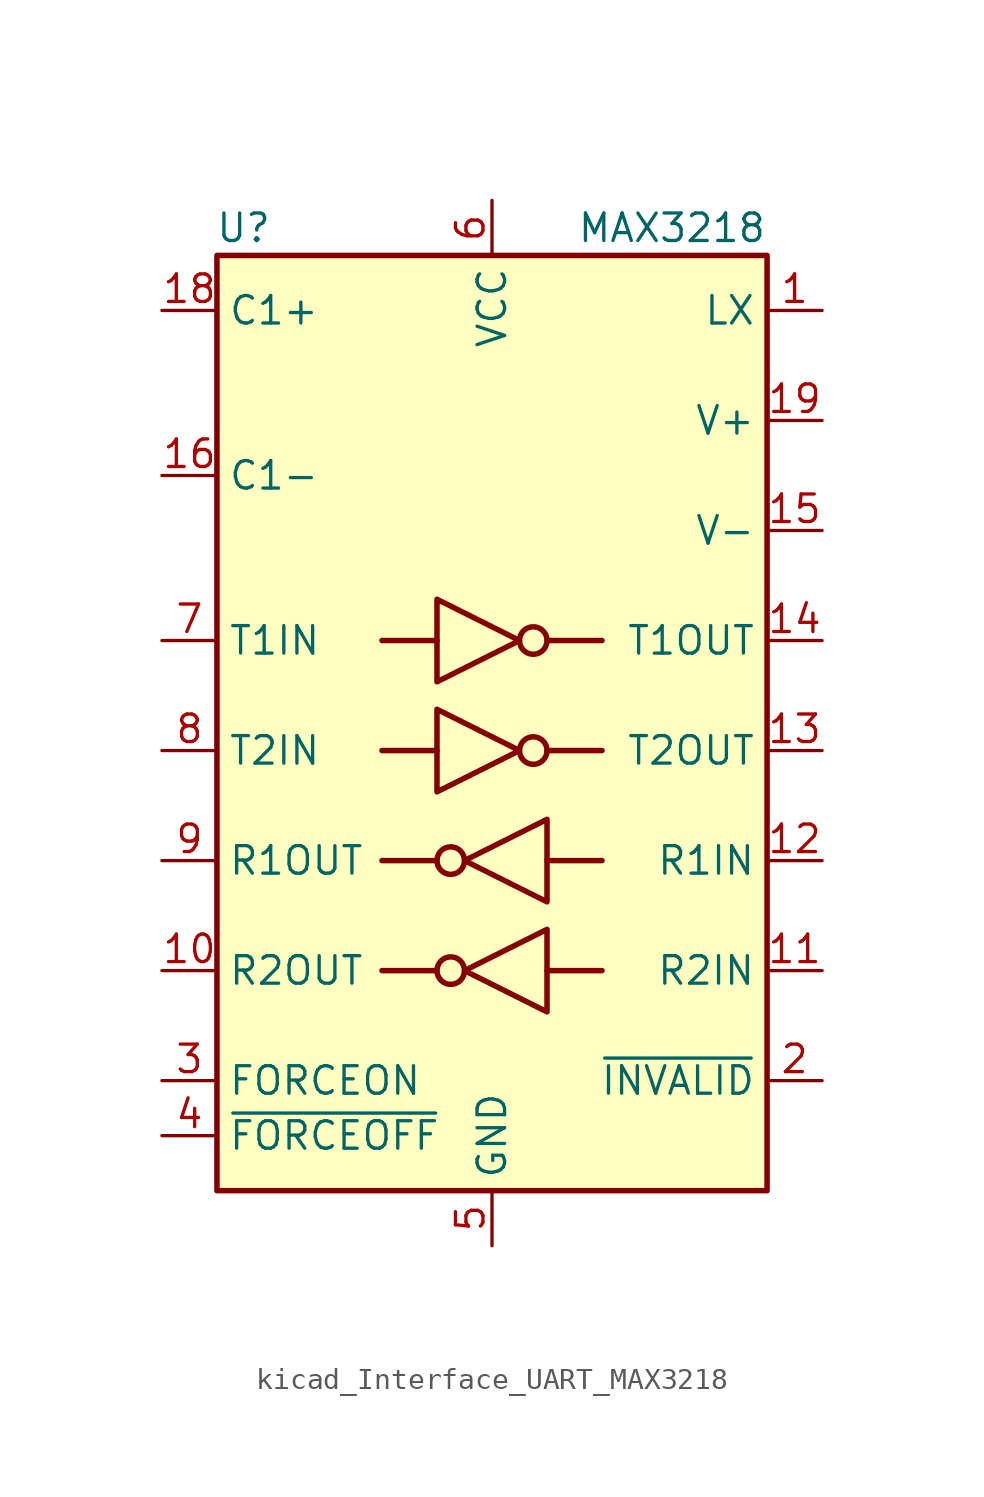
<source format=kicad_sym>
(kicad_symbol_lib
  (version 20220914)
  (generator kicad_symbol_editor)
  (symbol "kicad_Interface_UART_MAX3218"
    (property "Reference" "U"
      (at -10.16 24.13 0)
      (effects (font (size 1.27 1.27)) (justify right)))
    (property "Value" "MAX3218"
      (at 12.7 24.13 0)
      (effects (font (size 1.27 1.27)) (justify right)))
    (symbol "kicad_Interface_UART_MAX3218_0_1"
      (rectangle (start -12.7 -20.32) (end 12.7 22.86) (stroke (width 0.254) (type default)) (fill (type background)))
      (polyline (pts (xy -2.54 5.08) (xy -5.08 5.08)) (stroke (width 0.254) (type default)) (fill (type none)))
      (polyline (pts (xy 2.54 5.08) (xy 5.08 5.08)) (stroke (width 0.254) (type default)) (fill (type none)))
      (polyline (pts (xy -2.54 1.905) (xy -2.54 -1.905) (xy 1.27 0) (xy -2.54 1.905)) (stroke (width 0.254) (type default)) (fill (type none)))
      (polyline (pts (xy -2.54 6.985) (xy -2.54 3.175) (xy 1.27 5.08) (xy -2.54 6.985)) (stroke (width 0.254) (type default)) (fill (type none)))
      (circle (center 1.905 0) (radius 0.635) (stroke (width 0.254) (type default)) (fill (type none)))
      (circle (center 1.905 5.08) (radius 0.635) (stroke (width 0.254) (type default)) (fill (type none))))
    (symbol "kicad_Interface_UART_MAX3218_1_1"
      (circle (center -1.905 -10.16) (radius 0.635) (stroke (width 0.254) (type default)) (fill (type none)))
      (circle (center -1.905 -5.08) (radius 0.635) (stroke (width 0.254) (type default)) (fill (type none)))
      (polyline (pts (xy -2.54 -10.16) (xy -5.08 -10.16)) (stroke (width 0.254) (type default)) (fill (type none)))
      (polyline (pts (xy -2.54 -5.08) (xy -5.08 -5.08)) (stroke (width 0.254) (type default)) (fill (type none)))
      (polyline (pts (xy -2.54 0) (xy -5.08 0)) (stroke (width 0.254) (type default)) (fill (type none)))
      (polyline (pts (xy 2.54 -10.16) (xy 5.08 -10.16)) (stroke (width 0.254) (type default)) (fill (type none)))
      (polyline (pts (xy 2.54 -5.08) (xy 5.08 -5.08)) (stroke (width 0.254) (type default)) (fill (type none)))
      (polyline (pts (xy 2.54 0) (xy 5.08 0)) (stroke (width 0.254) (type default)) (fill (type none)))
      (polyline (pts (xy 2.54 -12.065) (xy 2.54 -8.255) (xy -1.27 -10.16) (xy 2.54 -12.065)) (stroke (width 0.254) (type default)) (fill (type none)))
      (polyline (pts (xy 2.54 -6.985) (xy 2.54 -3.175) (xy -1.27 -5.08) (xy 2.54 -6.985)) (stroke (width 0.254) (type default)) (fill (type none)))
      (pin passive line (at 15.24 20.32 180) (length 2.54) (name "LX" (effects (font (size 1.27 1.27)))) (number "1" (effects (font (size 1.27 1.27)))))
      (pin output line (at -15.24 -10.16 0) (length 2.54) (name "R2OUT" (effects (font (size 1.27 1.27)))) (number "10" (effects (font (size 1.27 1.27)))))
      (pin input line (at 15.24 -10.16 180) (length 2.54) (name "R2IN" (effects (font (size 1.27 1.27)))) (number "11" (effects (font (size 1.27 1.27)))))
      (pin input line (at 15.24 -5.08 180) (length 2.54) (name "R1IN" (effects (font (size 1.27 1.27)))) (number "12" (effects (font (size 1.27 1.27)))))
      (pin output line (at 15.24 0 180) (length 2.54) (name "T2OUT" (effects (font (size 1.27 1.27)))) (number "13" (effects (font (size 1.27 1.27)))))
      (pin output line (at 15.24 5.08 180) (length 2.54) (name "T1OUT" (effects (font (size 1.27 1.27)))) (number "14" (effects (font (size 1.27 1.27)))))
      (pin power_out line (at 15.24 10.16 180) (length 2.54) (name "V-" (effects (font (size 1.27 1.27)))) (number "15" (effects (font (size 1.27 1.27)))))
      (pin passive line (at -15.24 12.7 0) (length 2.54) (name "C1-" (effects (font (size 1.27 1.27)))) (number "16" (effects (font (size 1.27 1.27)))))
      (pin passive line (at 0 -22.86 90) (length 2.54) hide (name "GND" (effects (font (size 1.27 1.27)))) (number "17" (effects (font (size 1.27 1.27)))))
      (pin passive line (at -15.24 20.32 0) (length 2.54) (name "C1+" (effects (font (size 1.27 1.27)))) (number "18" (effects (font (size 1.27 1.27)))))
      (pin power_out line (at 15.24 15.24 180) (length 2.54) (name "V+" (effects (font (size 1.27 1.27)))) (number "19" (effects (font (size 1.27 1.27)))))
      (pin output line (at 15.24 -15.24 180) (length 2.54) (name "~{INVALID}" (effects (font (size 1.27 1.27)))) (number "2" (effects (font (size 1.27 1.27)))))
      (pin passive line (at 0 -22.86 90) (length 2.54) hide (name "GND" (effects (font (size 1.27 1.27)))) (number "20" (effects (font (size 1.27 1.27)))))
      (pin input line (at -15.24 -15.24 0) (length 2.54) (name "FORCEON" (effects (font (size 1.27 1.27)))) (number "3" (effects (font (size 1.27 1.27)))))
      (pin input line (at -15.24 -17.78 0) (length 2.54) (name "~{FORCEOFF}" (effects (font (size 1.27 1.27)))) (number "4" (effects (font (size 1.27 1.27)))))
      (pin power_in line (at 0 -22.86 90) (length 2.54) (name "GND" (effects (font (size 1.27 1.27)))) (number "5" (effects (font (size 1.27 1.27)))))
      (pin power_in line (at 0 25.4 270) (length 2.54) (name "VCC" (effects (font (size 1.27 1.27)))) (number "6" (effects (font (size 1.27 1.27)))))
      (pin input line (at -15.24 5.08 0) (length 2.54) (name "T1IN" (effects (font (size 1.27 1.27)))) (number "7" (effects (font (size 1.27 1.27)))))
      (pin input line (at -15.24 0 0) (length 2.54) (name "T2IN" (effects (font (size 1.27 1.27)))) (number "8" (effects (font (size 1.27 1.27)))))
      (pin output line (at -15.24 -5.08 0) (length 2.54) (name "R1OUT" (effects (font (size 1.27 1.27)))) (number "9" (effects (font (size 1.27 1.27))))))))
</source>
